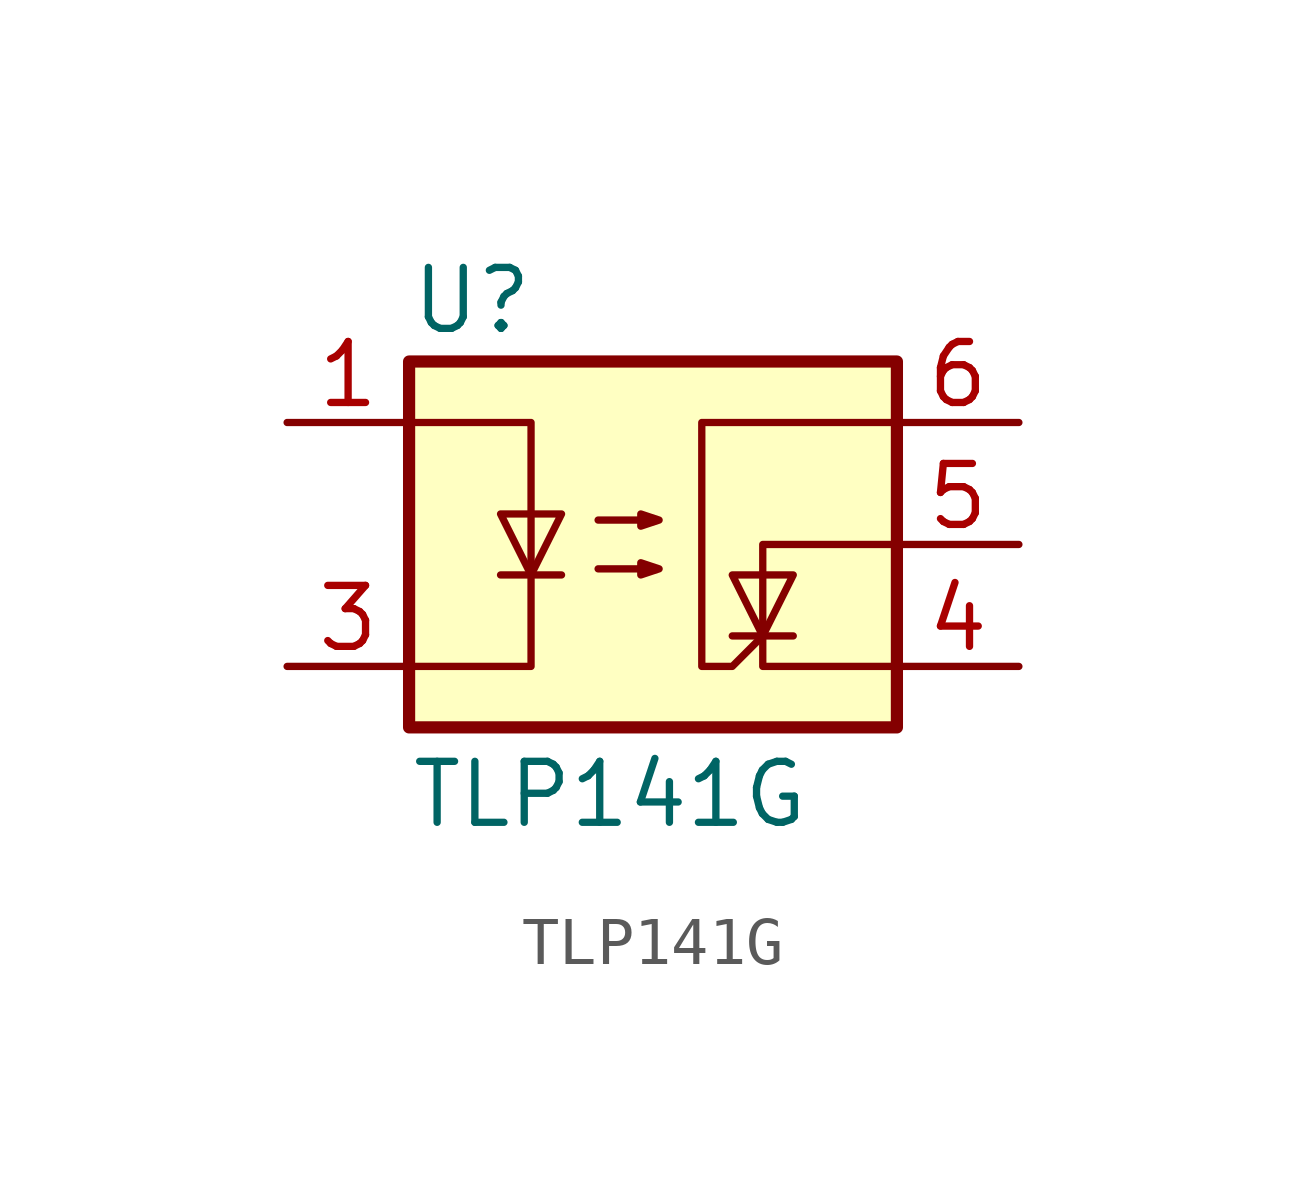
<source format=kicad_sym>
(kicad_symbol_lib
  (version 20231120)
  (generator "kicad_symbol_editor")
  (generator_version "8.0")
  (symbol "TLP141G"
    (property "Reference" "U"
      (at -5.08 5.08 0)
      (effects (font (size 1.27 1.27)) (justify left)))
    (property "Value" "TLP141G"
      (at -5.08 -5.207 0)
      (effects (font (size 1.27 1.27)) (justify left)))
    (symbol "TLP141G_0_1"
      (rectangle (start -5.08 3.81) (end 5.08 -3.81) (stroke (width 0.254) (type default)) (fill (type background)))
      (polyline (pts (xy -3.175 -0.635) (xy -1.905 -0.635)) (stroke (width 0) (type default)) (fill (type none)))
      (polyline (pts (xy 1.651 -1.905) (xy 2.921 -1.905)) (stroke (width 0) (type default)) (fill (type none)))
      (polyline (pts (xy -5.08 2.54) (xy -2.54 2.54) (xy -2.54 -2.54) (xy -5.08 -2.54)) (stroke (width 0) (type default)) (fill (type none)))
      (polyline (pts (xy -2.54 -0.635) (xy -3.175 0.635) (xy -1.905 0.635) (xy -2.54 -0.635)) (stroke (width 0) (type default)) (fill (type none)))
      (polyline (pts (xy 2.921 -0.635) (xy 1.651 -0.635) (xy 2.286 -1.905) (xy 2.921 -0.635)) (stroke (width 0) (type default)) (fill (type none)))
      (polyline (pts (xy 5.08 0) (xy 2.286 0) (xy 2.286 -2.54) (xy 5.08 -2.54)) (stroke (width 0) (type default)) (fill (type none)))
      (polyline (pts (xy -1.143 -0.508) (xy 0.127 -0.508) (xy -0.254 -0.635) (xy -0.254 -0.381) (xy 0.127 -0.508)) (stroke (width 0) (type default)) (fill (type none)))
      (polyline (pts (xy -1.143 0.508) (xy 0.127 0.508) (xy -0.254 0.381) (xy -0.254 0.635) (xy 0.127 0.508)) (stroke (width 0) (type default)) (fill (type none)))
      (polyline (pts (xy 2.286 -1.905) (xy 1.651 -2.54) (xy 1.016 -2.54) (xy 1.016 2.54) (xy 5.08 2.54)) (stroke (width 0) (type default)) (fill (type none))))
    (symbol "TLP141G_1_1"
      (pin passive line (at -7.62 2.54 0) (length 2.54) (name "~" (effects (font (size 1.27 1.27)))) (number "1" (effects (font (size 1.27 1.27)))))
      (pin passive line (at -7.62 -2.54 0) (length 2.54) (name "~" (effects (font (size 1.27 1.27)))) (number "3" (effects (font (size 1.27 1.27)))))
      (pin passive line (at 7.62 -2.54 180) (length 2.54) (name "~" (effects (font (size 1.27 1.27)))) (number "4" (effects (font (size 1.27 1.27)))))
      (pin passive line (at 7.62 0 180) (length 2.54) (name "~" (effects (font (size 1.27 1.27)))) (number "5" (effects (font (size 1.27 1.27)))))
      (pin passive line (at 7.62 2.54 180) (length 2.54) (name "~" (effects (font (size 1.27 1.27)))) (number "6" (effects (font (size 1.27 1.27))))))))
</source>
